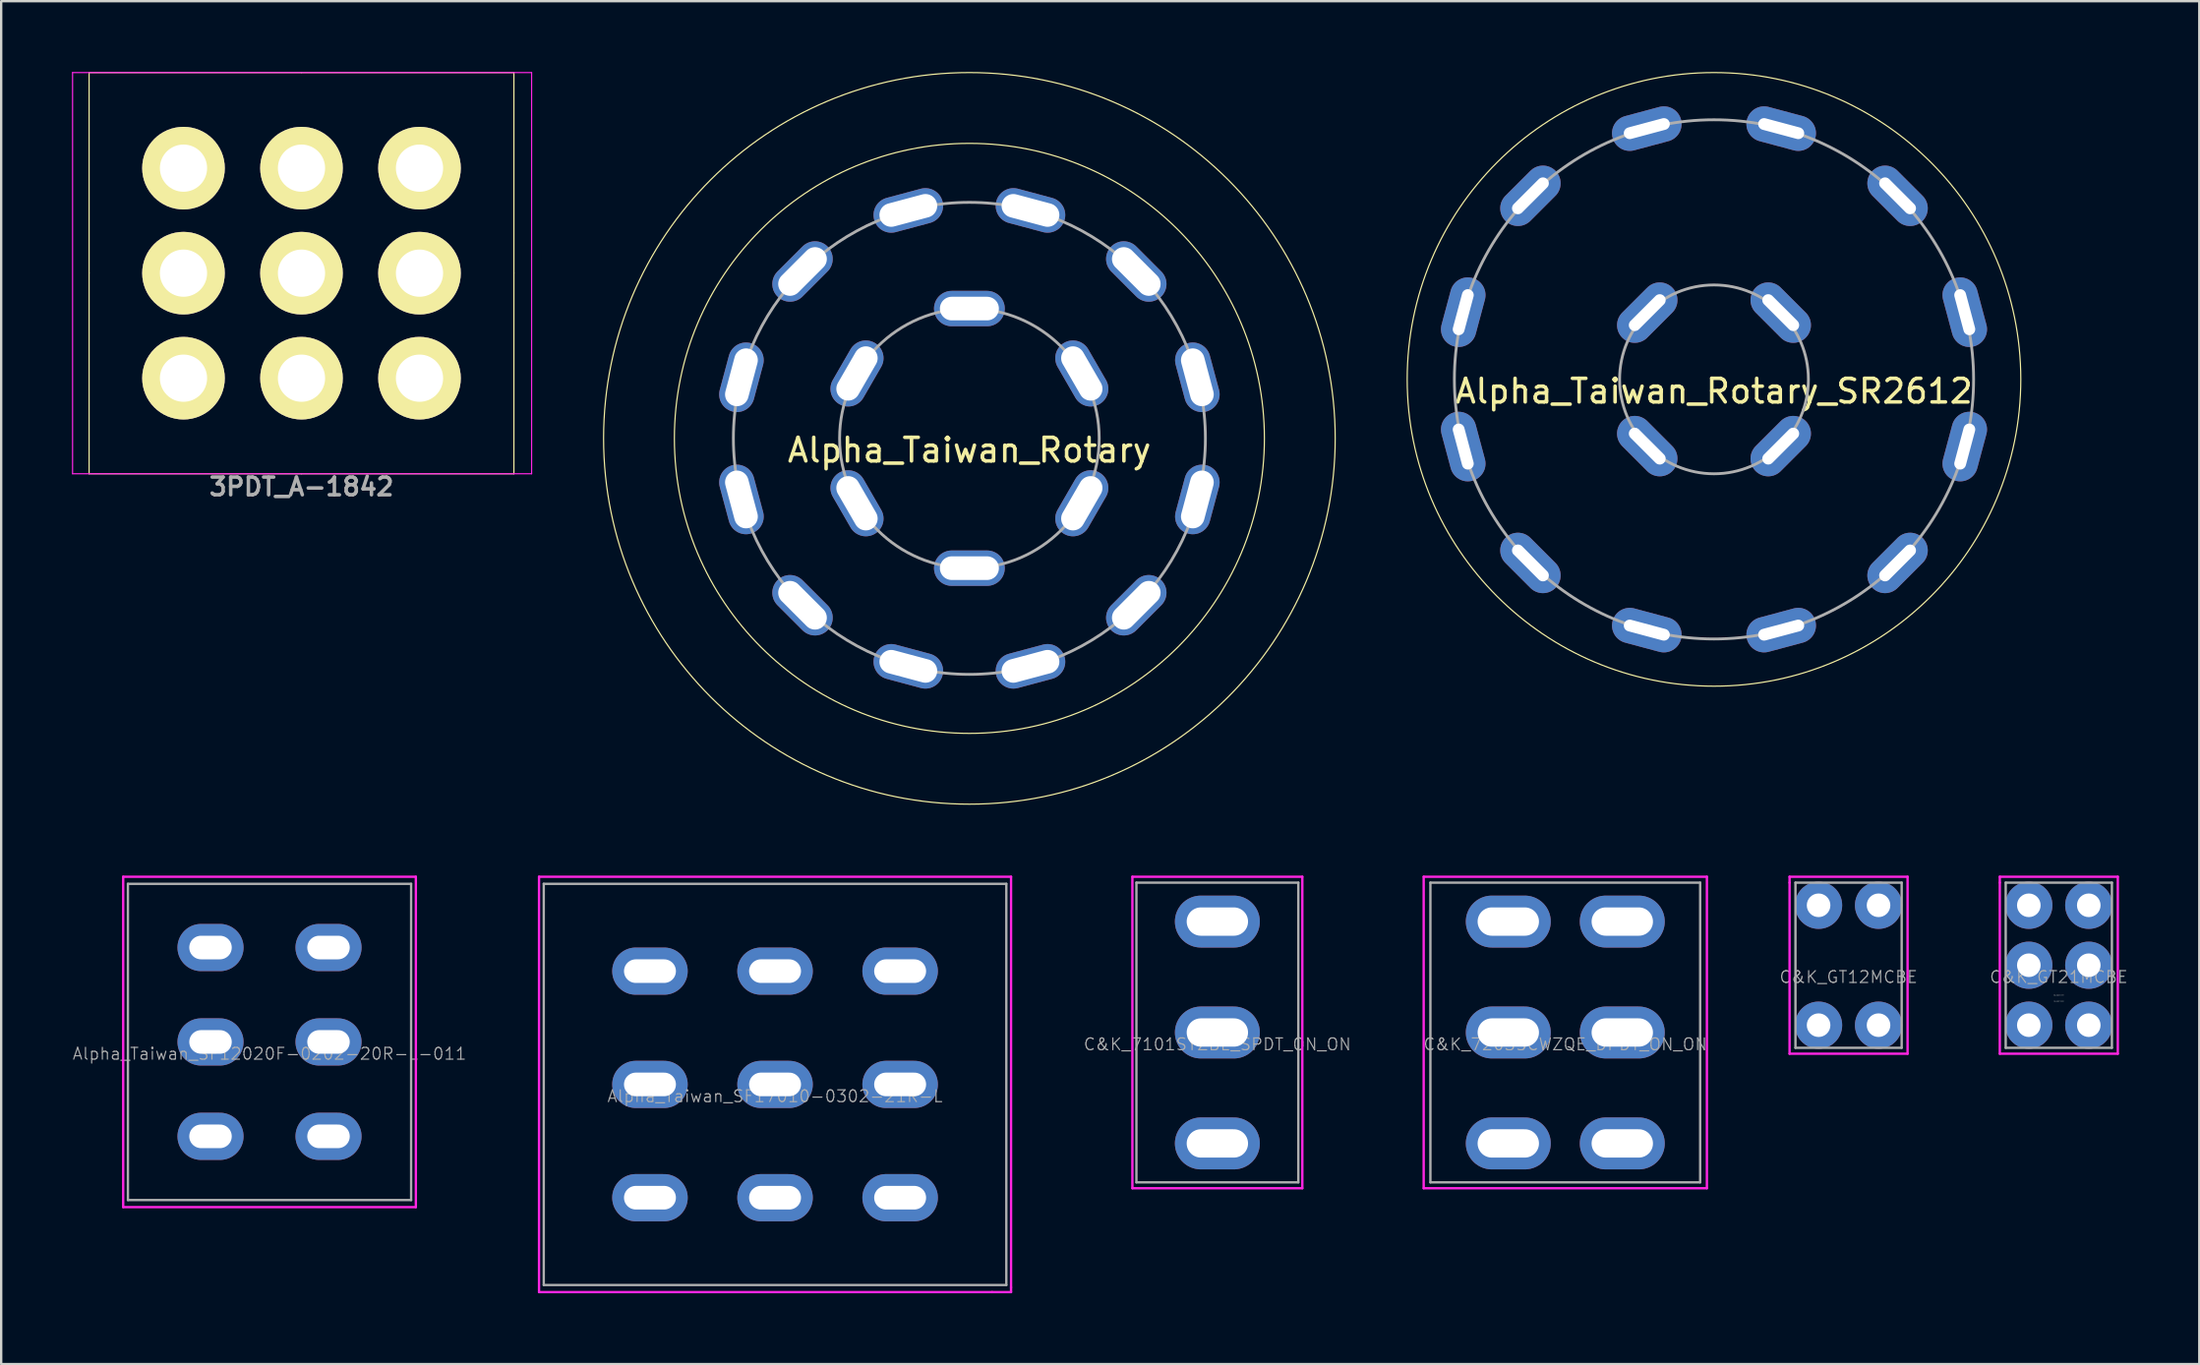
<source format=kicad_pcb>
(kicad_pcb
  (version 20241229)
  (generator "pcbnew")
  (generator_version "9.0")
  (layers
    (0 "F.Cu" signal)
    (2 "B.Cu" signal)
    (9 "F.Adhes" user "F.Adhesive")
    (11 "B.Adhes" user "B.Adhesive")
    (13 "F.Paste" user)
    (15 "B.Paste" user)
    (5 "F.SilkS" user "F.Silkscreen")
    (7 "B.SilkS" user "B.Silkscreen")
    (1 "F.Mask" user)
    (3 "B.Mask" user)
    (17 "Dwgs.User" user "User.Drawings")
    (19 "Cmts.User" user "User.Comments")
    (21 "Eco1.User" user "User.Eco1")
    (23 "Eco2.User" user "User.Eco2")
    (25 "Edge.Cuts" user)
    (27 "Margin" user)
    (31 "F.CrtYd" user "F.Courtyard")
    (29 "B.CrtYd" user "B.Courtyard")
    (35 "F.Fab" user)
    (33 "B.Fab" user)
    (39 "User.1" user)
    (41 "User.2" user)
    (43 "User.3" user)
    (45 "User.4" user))
  (footprint "C&K_GT21MCBE"
    (layer "F.Cu")
    (at 84.185 37.85)
    (property "Reference" "C&K_GT21MCBE" (at 0 0.5 0) (layer "F.Fab") (effects (font (size 0.5 0.5) (thickness 0.05))))
    (attr through_hole)
    (fp_line (start -2.5 -3.75) (end 2.5 -3.75) (stroke (width 0.1) (type solid)) (layer "F.CrtYd"))
    (fp_line (start -2.5 -3.5) (end -2.5 -3.75) (stroke (width 0.1) (type solid)) (layer "F.CrtYd"))
    (fp_line (start -2.5 3.75) (end -2.5 -3.5) (stroke (width 0.1) (type solid)) (layer "F.CrtYd"))
    (fp_line (start 2.5 -3.75) (end 2.5 3.75) (stroke (width 0.1) (type solid)) (layer "F.CrtYd"))
    (fp_line (start 2.5 3.75) (end -2.5 3.75) (stroke (width 0.1) (type solid)) (layer "F.CrtYd"))
    (fp_line (start -2.25 -3.5) (end -2.25 3.5) (stroke (width 0.1) (type solid)) (layer "F.Fab"))
    (fp_line (start -2.25 3.5) (end 2.25 3.5) (stroke (width 0.1) (type solid)) (layer "F.Fab"))
    (fp_line (start 2.25 -3.5) (end -2.25 -3.5) (stroke (width 0.1) (type solid)) (layer "F.Fab"))
    (fp_line (start 2.25 3.5) (end 2.25 -3.5) (stroke (width 0.1) (type solid)) (layer "F.Fab"))
    (fp_text user "Total height: 7.39 mm" (at 0 1.524 0) (layer "F.Fab") (effects (font (size 0.025 0.025) (thickness 0.006))))
    (fp_text user "Body height: 5.79 mm" (at 0 1.27 0) (layer "F.Fab") (effects (font (size 0.025 0.025) (thickness 0.006))))
    (pad "1" thru_hole circle (at -1.27 2.54) (size 2 2) (drill 1) (layers "*.Cu" "*.Mask"))
    (pad "2" thru_hole circle (at -1.27 0) (size 2 2) (drill 1) (layers "*.Cu" "*.Mask"))
    (pad "3" thru_hole circle (at -1.27 -2.54) (size 2 2) (drill 1) (layers "*.Cu" "*.Mask"))
    (pad "4" thru_hole circle (at 1.27 2.54) (size 2 2) (drill 1) (layers "*.Cu" "*.Mask"))
    (pad "5" thru_hole circle (at 1.27 0) (size 2 2) (drill 1) (layers "*.Cu" "*.Mask"))
    (pad "6" thru_hole circle (at 1.27 -2.54) (size 2 2) (drill 1) (layers "*.Cu" "*.Mask")))
  (footprint "3PDT_A-1842"
    (layer "F.Cu")
    (at 9.725 8.525)
    (property "Reference" "3PDT_A-1842" (at 0 9.05 0) (layer "F.Fab") (effects (font (size 0.75 0.75) (thickness 0.15))))
    (attr through_hole)
    (fp_line (start -9 -8.5) (end 0 -8.5) (stroke (width 0.05) (type solid)) (layer "F.SilkS"))
    (fp_line (start -9 0) (end -9 -8.5) (stroke (width 0.05) (type solid)) (layer "F.SilkS"))
    (fp_line (start -9 0) (end -9 8.5) (stroke (width 0.05) (type solid)) (layer "F.SilkS"))
    (fp_line (start 0 -8.5) (end 9 -8.5) (stroke (width 0.05) (type solid)) (layer "F.SilkS"))
    (fp_line (start 0 8.5) (end -9 8.5) (stroke (width 0.05) (type solid)) (layer "F.SilkS"))
    (fp_line (start 0 8.5) (end 9 8.5) (stroke (width 0.05) (type solid)) (layer "F.SilkS"))
    (fp_line (start 9 0) (end 9 -8.5) (stroke (width 0.05) (type solid)) (layer "F.SilkS"))
    (fp_line (start 9 8.5) (end 9 0) (stroke (width 0.05) (type solid)) (layer "F.SilkS"))
    (fp_line (start -9.7 -8.5) (end -9.7 8.5) (stroke (width 0.05) (type solid)) (layer "F.CrtYd"))
    (fp_line (start -9.7 8.5) (end 9.75 8.5) (stroke (width 0.05) (type solid)) (layer "F.CrtYd"))
    (fp_line (start 9.75 -8.5) (end -9.7 -8.5) (stroke (width 0.05) (type solid)) (layer "F.CrtYd"))
    (fp_line (start 9.75 8.5) (end 9.75 -8.5) (stroke (width 0.05) (type solid)) (layer "F.CrtYd"))
    (pad "1" thru_hole circle (at -5 -4.45) (size 3.5 3.5) (drill 2) (layers "*.Cu" "*.Mask" "F.SilkS"))
    (pad "2" thru_hole circle (at -5 0) (size 3.5 3.5) (drill 2) (layers "*.Cu" "*.Mask" "F.SilkS"))
    (pad "3" thru_hole circle (at -5 4.45) (size 3.5 3.5) (drill 2) (layers "*.Cu" "*.Mask" "F.SilkS"))
    (pad "4" thru_hole circle (at 0 -4.45) (size 3.5 3.5) (drill 2) (layers "*.Cu" "*.Mask" "F.SilkS"))
    (pad "5" thru_hole circle (at 0 0) (size 3.5 3.5) (drill 2) (layers "*.Cu" "*.Mask" "F.SilkS"))
    (pad "6" thru_hole circle (at 0 4.45) (size 3.5 3.5) (drill 2) (layers "*.Cu" "*.Mask" "F.SilkS"))
    (pad "7" thru_hole circle (at 5 -4.45) (size 3.5 3.5) (drill 2) (layers "*.Cu" "*.Mask" "F.SilkS"))
    (pad "8" thru_hole circle (at 5 0) (size 3.5 3.5) (drill 2) (layers "*.Cu" "*.Mask" "F.SilkS"))
    (pad "9" thru_hole circle (at 5 4.45) (size 3.5 3.5) (drill 2) (layers "*.Cu" "*.Mask" "F.SilkS")))
  (footprint "Alpha_Taiwan_SF12020F-0202-20R-L-011"
    (layer "F.Cu")
    (at 8.37 41.1)
    (property "Reference" "Alpha_Taiwan_SF12020F-0202-20R-L-011" (at 0 0.5 0) (layer "F.Fab") (effects (font (size 0.5 0.5) (thickness 0.05))))
    (attr through_hole)
    (fp_line (start -6.2 -7) (end 6.2 -7) (stroke (width 0.1) (type solid)) (layer "F.CrtYd"))
    (fp_line (start -6.2 7) (end -6.2 -7) (stroke (width 0.1) (type solid)) (layer "F.CrtYd"))
    (fp_line (start 6.2 -7) (end 6.2 7) (stroke (width 0.1) (type solid)) (layer "F.CrtYd"))
    (fp_line (start 6.2 7) (end -6.2 7) (stroke (width 0.1) (type solid)) (layer "F.CrtYd"))
    (fp_line (start -6 -6.7) (end -6 6.7) (stroke (width 0.1) (type solid)) (layer "F.Fab"))
    (fp_line (start -6 6.7) (end 6 6.7) (stroke (width 0.1) (type solid)) (layer "F.Fab"))
    (fp_line (start 6 -6.7) (end -6 -6.7) (stroke (width 0.1) (type solid)) (layer "F.Fab"))
    (fp_line (start 6 6.7) (end 6 -6.7) (stroke (width 0.1) (type solid)) (layer "F.Fab"))
    (pad "1" thru_hole oval (at -2.5 -4) (size 2.8 2) (drill oval 1.8 1) (layers "*.Cu" "*.Mask"))
    (pad "1" thru_hole oval (at -2.5 0) (size 2.8 2) (drill oval 1.8 1) (layers "*.Cu" "*.Mask"))
    (pad "1" thru_hole oval (at -2.5 4) (size 2.8 2) (drill oval 1.8 1) (layers "*.Cu" "*.Mask"))
    (pad "1" thru_hole oval (at 2.5 -4) (size 2.8 2) (drill oval 1.8 1) (layers "*.Cu" "*.Mask"))
    (pad "1" thru_hole oval (at 2.5 0) (size 2.8 2) (drill oval 1.8 1) (layers "*.Cu" "*.Mask"))
    (pad "1" thru_hole oval (at 2.5 4) (size 2.8 2) (drill oval 1.8 1) (layers "*.Cu" "*.Mask")))
  (footprint "Alpha_Taiwan_Rotary"
    (layer "F.Cu")
    (at 38.025 15.525)
    (property "Reference" "Alpha_Taiwan_Rotary" (at 0 0.5 0) (layer "F.SilkS") (effects (font (size 1 1) (thickness 0.15))))
    (attr through_hole)
    (fp_circle (center 0 0) (end 0 -15.5) (stroke (width 0.05) (type solid)) (fill no) (layer "F.SilkS"))
    (fp_circle (center 0 0) (end 0 -12.5) (stroke (width 0.05) (type solid)) (fill no) (layer "F.SilkS"))
    (fp_circle (center 0 0) (end 0 -10) (stroke (width 0.12) (type solid)) (fill no) (layer "F.Fab"))
    (fp_circle (center 0 0) (end 0 -5.5) (stroke (width 0.12) (type solid)) (fill no) (layer "F.Fab"))
    (pad "1" thru_hole oval (at -2.588 -9.659 15) (size 3 1.5) (drill oval 2.5 1) (layers "*.Cu" "*.Mask"))
    (pad "1" thru_hole oval (at 0 -5.5) (size 3 1.5) (drill oval 2.5 1) (layers "*.Cu" "*.Mask"))
    (pad "2" thru_hole oval (at -7.071 -7.071 45) (size 3 1.5) (drill oval 2.5 1) (layers "*.Cu" "*.Mask"))
    (pad "2" thru_hole oval (at -4.763 -2.75 60) (size 3 1.5) (drill oval 2.5 1) (layers "*.Cu" "*.Mask"))
    (pad "3" thru_hole oval (at -9.659 -2.588 75) (size 3 1.5) (drill oval 2.5 1) (layers "*.Cu" "*.Mask"))
    (pad "3" thru_hole oval (at -4.763 2.75 120) (size 3 1.5) (drill oval 2.5 1) (layers "*.Cu" "*.Mask"))
    (pad "4" thru_hole oval (at -9.659 2.588 105) (size 3 1.5) (drill oval 2.5 1) (layers "*.Cu" "*.Mask"))
    (pad "4" thru_hole oval (at 0 5.5 180) (size 3 1.5) (drill oval 2.5 1) (layers "*.Cu" "*.Mask"))
    (pad "5" thru_hole oval (at -7.071 7.071 135) (size 3 1.5) (drill oval 2.5 1) (layers "*.Cu" "*.Mask"))
    (pad "5" thru_hole oval (at 4.763 2.75 240) (size 3 1.5) (drill oval 2.5 1) (layers "*.Cu" "*.Mask"))
    (pad "6" thru_hole oval (at -2.588 9.659 165) (size 3 1.5) (drill oval 2.5 1) (layers "*.Cu" "*.Mask"))
    (pad "6" thru_hole oval (at 4.763 -2.75 300) (size 3 1.5) (drill oval 2.5 1) (layers "*.Cu" "*.Mask"))
    (pad "7" thru_hole oval (at 2.588 9.659 195) (size 3 1.5) (drill oval 2.5 1) (layers "*.Cu" "*.Mask"))
    (pad "8" thru_hole oval (at 7.071 7.071 225) (size 3 1.5) (drill oval 2.5 1) (layers "*.Cu" "*.Mask"))
    (pad "9" thru_hole oval (at 9.659 2.588 255) (size 3 1.5) (drill oval 2.5 1) (layers "*.Cu" "*.Mask"))
    (pad "10" thru_hole oval (at 9.659 -2.588 285) (size 3 1.5) (drill oval 2.5 1) (layers "*.Cu" "*.Mask"))
    (pad "11" thru_hole oval (at 7.071 -7.071 315) (size 3 1.5) (drill oval 2.5 1) (layers "*.Cu" "*.Mask"))
    (pad "12" thru_hole oval (at 2.588 -9.659 345) (size 3 1.5) (drill oval 2.5 1) (layers "*.Cu" "*.Mask")))
  (footprint "Alpha_Taiwan_Rotary_SR2612"
    (layer "F.Cu")
    (at 69.575 13.025)
    (property "Reference" "Alpha_Taiwan_Rotary_SR2612" (at 0 0.5 0) (layer "F.SilkS") (effects (font (size 1 1) (thickness 0.15))))
    (attr through_hole)
    (fp_circle (center 0 0) (end 13 0) (stroke (width 0.05) (type solid)) (fill no) (layer "F.SilkS"))
    (fp_circle (center 0 0) (end 4 0) (stroke (width 0.12) (type solid)) (fill no) (layer "F.Fab"))
    (fp_circle (center 0 0) (end 11 0) (stroke (width 0.12) (type solid)) (fill no) (layer "F.Fab"))
    (pad "1" thru_hole oval (at 2.828 2.828 45) (size 3 1.5) (drill oval 2 0.5) (layers "*.Cu" "*.Mask"))
    (pad "1" thru_hole oval (at 10.625 2.847 75) (size 3 1.5) (drill oval 2 0.5) (layers "*.Cu" "*.Mask"))
    (pad "2" thru_hole oval (at 2.828 -2.828 135) (size 3 1.5) (drill oval 2 0.5) (layers "*.Cu" "*.Mask"))
    (pad "2" thru_hole oval (at 10.625 -2.847 105) (size 3 1.5) (drill oval 2 0.5) (layers "*.Cu" "*.Mask"))
    (pad "3" thru_hole oval (at -2.828 -2.828 225) (size 3 1.5) (drill oval 2 0.5) (layers "*.Cu" "*.Mask"))
    (pad "3" thru_hole oval (at 7.778 -7.778 135) (size 3 1.5) (drill oval 2 0.5) (layers "*.Cu" "*.Mask"))
    (pad "4" thru_hole oval (at -2.828 2.828 315) (size 3 1.5) (drill oval 2 0.5) (layers "*.Cu" "*.Mask"))
    (pad "4" thru_hole oval (at 2.847 -10.625 165) (size 3 1.5) (drill oval 2 0.5) (layers "*.Cu" "*.Mask"))
    (pad "5" thru_hole oval (at -2.847 -10.625 195) (size 3 1.5) (drill oval 2 0.5) (layers "*.Cu" "*.Mask"))
    (pad "6" thru_hole oval (at -7.778 -7.778 225) (size 3 1.5) (drill oval 2 0.5) (layers "*.Cu" "*.Mask"))
    (pad "7" thru_hole oval (at -10.625 -2.847 255) (size 3 1.5) (drill oval 2 0.5) (layers "*.Cu" "*.Mask"))
    (pad "8" thru_hole oval (at -10.625 2.847 285) (size 3 1.5) (drill oval 2 0.5) (layers "*.Cu" "*.Mask"))
    (pad "9" thru_hole oval (at -7.778 7.778 315) (size 3 1.5) (drill oval 2 0.5) (layers "*.Cu" "*.Mask"))
    (pad "10" thru_hole oval (at -2.847 10.625 345) (size 3 1.5) (drill oval 2 0.5) (layers "*.Cu" "*.Mask"))
    (pad "11" thru_hole oval (at 2.847 10.625 15) (size 3 1.5) (drill oval 2 0.5) (layers "*.Cu" "*.Mask"))
    (pad "12" thru_hole oval (at 7.778 7.778 45) (size 3 1.5) (drill oval 2 0.5) (layers "*.Cu" "*.Mask")))
  (footprint "C&K_7203SCWZQE_DPDT_ON_ON"
    (layer "F.Cu")
    (at 63.274 40.7)
    (property "Reference" "C&K_7203SCWZQE_DPDT_ON_ON" (at 0 0.5 0) (layer "F.Fab") (effects (font (size 0.5 0.5) (thickness 0.05))))
    (attr through_hole)
    (fp_line (start -6 -6.6) (end -6 6.6) (stroke (width 0.1) (type solid)) (layer "F.CrtYd"))
    (fp_line (start -6 6.6) (end 6 6.6) (stroke (width 0.1) (type solid)) (layer "F.CrtYd"))
    (fp_line (start 6 -6.6) (end -6 -6.6) (stroke (width 0.1) (type solid)) (layer "F.CrtYd"))
    (fp_line (start 6 6.6) (end 6 -6.6) (stroke (width 0.1) (type solid)) (layer "F.CrtYd"))
    (fp_line (start -5.715 -6.35) (end -5.715 6.35) (stroke (width 0.1) (type solid)) (layer "F.Fab"))
    (fp_line (start -5.715 -6.35) (end 5.715 -6.35) (stroke (width 0.1) (type solid)) (layer "F.Fab"))
    (fp_line (start -5.715 6.35) (end 5.715 6.35) (stroke (width 0.1) (type solid)) (layer "F.Fab"))
    (fp_line (start 5.715 6.35) (end 5.715 -6.35) (stroke (width 0.1) (type solid)) (layer "F.Fab"))
    (pad "1" thru_hole oval (at -2.415 -4.7) (size 3.6 2.2) (drill oval 2.6 1.2) (layers "*.Cu" "*.Mask"))
    (pad "1" thru_hole oval (at -2.415 0) (size 3.6 2.2) (drill oval 2.6 1.2) (layers "*.Cu" "*.Mask"))
    (pad "1" thru_hole oval (at -2.415 4.7) (size 3.6 2.2) (drill oval 2.6 1.2) (layers "*.Cu" "*.Mask"))
    (pad "1" thru_hole oval (at 2.415 -4.7) (size 3.6 2.2) (drill oval 2.6 1.2) (layers "*.Cu" "*.Mask"))
    (pad "1" thru_hole oval (at 2.415 0) (size 3.6 2.2) (drill oval 2.6 1.2) (layers "*.Cu" "*.Mask"))
    (pad "1" thru_hole oval (at 2.415 4.7) (size 3.6 2.2) (drill oval 2.6 1.2) (layers "*.Cu" "*.Mask")))
  (footprint "C&K_7101SYZBE_SPDT_ON_ON"
    (layer "F.Cu")
    (at 48.532 40.7)
    (property "Reference" "C&K_7101SYZBE_SPDT_ON_ON" (at 0 0.5 0) (layer "F.Fab") (effects (font (size 0.5 0.5) (thickness 0.05))))
    (attr through_hole)
    (fp_line (start -3.6 -6.6) (end -3.6 6.6) (stroke (width 0.1) (type solid)) (layer "F.CrtYd"))
    (fp_line (start -3.6 6.6) (end 3.6 6.6) (stroke (width 0.1) (type solid)) (layer "F.CrtYd"))
    (fp_line (start 3.6 -6.6) (end -3.6 -6.6) (stroke (width 0.1) (type solid)) (layer "F.CrtYd"))
    (fp_line (start 3.6 6.6) (end 3.6 -6.6) (stroke (width 0.1) (type solid)) (layer "F.CrtYd"))
    (fp_line (start -3.43 -6.35) (end -3.43 6.35) (stroke (width 0.1) (type solid)) (layer "F.Fab"))
    (fp_line (start -3.43 6.35) (end 3.43 6.35) (stroke (width 0.1) (type solid)) (layer "F.Fab"))
    (fp_line (start 3.43 -6.35) (end -3.43 -6.35) (stroke (width 0.1) (type solid)) (layer "F.Fab"))
    (fp_line (start 3.43 6.35) (end 3.43 -6.35) (stroke (width 0.1) (type solid)) (layer "F.Fab"))
    (pad "1" thru_hole oval (at 0 -4.7) (size 3.6 2.2) (drill oval 2.6 1.2) (layers "*.Cu" "*.Mask"))
    (pad "1" thru_hole oval (at 0 0) (size 3.6 2.2) (drill oval 2.6 1.2) (layers "*.Cu" "*.Mask"))
    (pad "1" thru_hole oval (at 0 4.7) (size 3.6 2.2) (drill oval 2.6 1.2) (layers "*.Cu" "*.Mask")))
  (footprint "Alpha_Taiwan_SF17010-0302-21R-L"
    (layer "F.Cu")
    (at 29.79 42.9)
    (property "Reference" "Alpha_Taiwan_SF17010-0302-21R-L" (at 0 0.5 0) (layer "F.Fab") (effects (font (size 0.5 0.5) (thickness 0.05))))
    (attr through_hole)
    (fp_line (start -10 -8.8) (end 10 -8.8) (stroke (width 0.1) (type solid)) (layer "F.CrtYd"))
    (fp_line (start -10 8.8) (end -10 -8.8) (stroke (width 0.1) (type solid)) (layer "F.CrtYd"))
    (fp_line (start 9.2 8.8) (end -10 8.8) (stroke (width 0.1) (type solid)) (layer "F.CrtYd"))
    (fp_line (start 10 -8.8) (end 10 8.6) (stroke (width 0.1) (type solid)) (layer "F.CrtYd"))
    (fp_line (start 10 8.6) (end 10 8.8) (stroke (width 0.1) (type solid)) (layer "F.CrtYd"))
    (fp_line (start 10 8.8) (end 9.2 8.8) (stroke (width 0.1) (type solid)) (layer "F.CrtYd"))
    (fp_line (start -9.8 -8.5) (end -9.8 8.5) (stroke (width 0.1) (type solid)) (layer "F.Fab"))
    (fp_line (start -9.8 8.5) (end 9.8 8.5) (stroke (width 0.1) (type solid)) (layer "F.Fab"))
    (fp_line (start 9.8 -8.5) (end -9.8 -8.5) (stroke (width 0.1) (type solid)) (layer "F.Fab"))
    (fp_line (start 9.8 8.5) (end 9.8 -8.5) (stroke (width 0.1) (type solid)) (layer "F.Fab"))
    (pad "1" thru_hole oval (at -5.3 -4.8) (size 3.2 2) (drill oval 2.2 1) (layers "*.Cu" "*.Mask"))
    (pad "1" thru_hole oval (at -5.3 0) (size 3.2 2) (drill oval 2.2 1) (layers "*.Cu" "*.Mask"))
    (pad "1" thru_hole oval (at -5.3 4.8) (size 3.2 2) (drill oval 2.2 1) (layers "*.Cu" "*.Mask"))
    (pad "1" thru_hole oval (at 0 -4.8) (size 3.2 2) (drill oval 2.2 1) (layers "*.Cu" "*.Mask"))
    (pad "1" thru_hole oval (at 0 0) (size 3.2 2) (drill oval 2.2 1) (layers "*.Cu" "*.Mask"))
    (pad "1" thru_hole oval (at 0 4.8) (size 3.2 2) (drill oval 2.2 1) (layers "*.Cu" "*.Mask"))
    (pad "1" thru_hole oval (at 5.3 -4.8) (size 3.2 2) (drill oval 2.2 1) (layers "*.Cu" "*.Mask"))
    (pad "1" thru_hole oval (at 5.3 0) (size 3.2 2) (drill oval 2.2 1) (layers "*.Cu" "*.Mask"))
    (pad "1" thru_hole oval (at 5.3 4.8) (size 3.2 2) (drill oval 2.2 1) (layers "*.Cu" "*.Mask")))
  (footprint "C&K_GT12MCBE"
    (layer "F.Cu")
    (at 75.277 37.85)
    (property "Reference" "C&K_GT12MCBE" (at 0 0.5 0) (layer "F.Fab") (effects (font (size 0.5 0.5) (thickness 0.05))))
    (attr through_hole)
    (fp_line (start -2.5 -3.75) (end 2.5 -3.75) (stroke (width 0.1) (type solid)) (layer "F.CrtYd"))
    (fp_line (start -2.5 -3.5) (end -2.5 -3.75) (stroke (width 0.1) (type solid)) (layer "F.CrtYd"))
    (fp_line (start -2.5 3.75) (end -2.5 -3.5) (stroke (width 0.1) (type solid)) (layer "F.CrtYd"))
    (fp_line (start 2.5 -3.75) (end 2.5 3.75) (stroke (width 0.1) (type solid)) (layer "F.CrtYd"))
    (fp_line (start 2.5 3.75) (end -2.5 3.75) (stroke (width 0.1) (type solid)) (layer "F.CrtYd"))
    (fp_line (start -2.25 -3.5) (end -2.25 3.5) (stroke (width 0.1) (type solid)) (layer "F.Fab"))
    (fp_line (start -2.25 3.5) (end 2.25 3.5) (stroke (width 0.1) (type solid)) (layer "F.Fab"))
    (fp_line (start 2.25 -3.5) (end -2.25 -3.5) (stroke (width 0.1) (type solid)) (layer "F.Fab"))
    (fp_line (start 2.25 3.5) (end 2.25 -3.5) (stroke (width 0.1) (type solid)) (layer "F.Fab"))
    (pad "1" thru_hole circle (at -1.27 2.54) (size 2 2) (drill 1) (layers "*.Cu" "*.Mask"))
    (pad "3" thru_hole circle (at -1.27 -2.54) (size 2 2) (drill 1) (layers "*.Cu" "*.Mask"))
    (pad "4" thru_hole circle (at 1.27 2.54) (size 2 2) (drill 1) (layers "*.Cu" "*.Mask"))
    (pad "6" thru_hole circle (at 1.27 -2.54) (size 2 2) (drill 1) (layers "*.Cu" "*.Mask")))
  (gr_rect
    (start -3 -3)
    (end 90.138 54.75)
    (stroke (width 0.1) (type default))
    (fill no)
    (layer "Edge.Cuts")))
</source>
